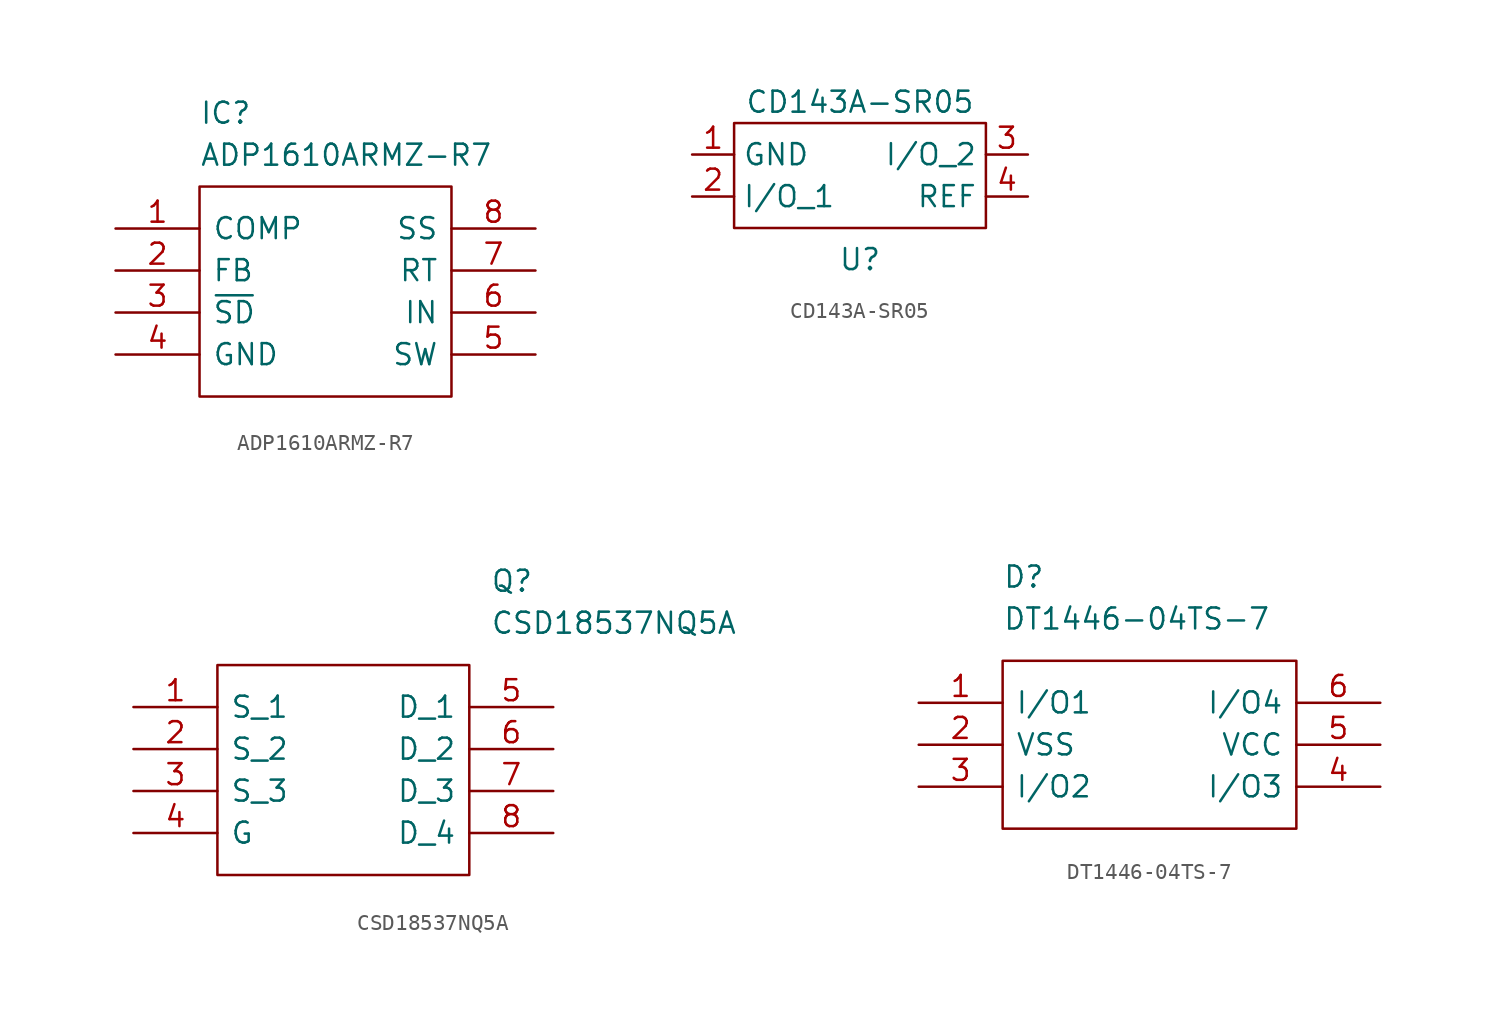
<source format=kicad_sym>
(kicad_symbol_lib
  (version 20211014)
  (generator kicad_symbol_editor)
  (symbol "ADP1610ARMZ-R7"
    (pin_names
      (offset 0.762))
    (property "Reference" "IC"
      (at 5.08 6.985 0)
      (effects (font (size 1.27 1.27)) (justify left)))
    (property "Value" "ADP1610ARMZ-R7"
      (at 5.08 4.445 0)
      (effects (font (size 1.27 1.27)) (justify left)))
    (symbol "ADP1610ARMZ-R7_0_0"
      (pin passive line (at 0 0 0) (length 5.08) (name "COMP" (effects (font (size 1.27 1.27)))) (number "1" (effects (font (size 1.27 1.27)))))
      (pin passive line (at 0 -2.54 0) (length 5.08) (name "FB" (effects (font (size 1.27 1.27)))) (number "2" (effects (font (size 1.27 1.27)))))
      (pin passive line (at 0 -5.08 0) (length 5.08) (name "~{SD}" (effects (font (size 1.27 1.27)))) (number "3" (effects (font (size 1.27 1.27)))))
      (pin passive line (at 0 -7.62 0) (length 5.08) (name "GND" (effects (font (size 1.27 1.27)))) (number "4" (effects (font (size 1.27 1.27)))))
      (pin passive line (at 25.4 -7.62 180) (length 5.08) (name "SW" (effects (font (size 1.27 1.27)))) (number "5" (effects (font (size 1.27 1.27)))))
      (pin passive line (at 25.4 -5.08 180) (length 5.08) (name "IN" (effects (font (size 1.27 1.27)))) (number "6" (effects (font (size 1.27 1.27)))))
      (pin passive line (at 25.4 -2.54 180) (length 5.08) (name "RT" (effects (font (size 1.27 1.27)))) (number "7" (effects (font (size 1.27 1.27)))))
      (pin passive line (at 25.4 0 180) (length 5.08) (name "SS" (effects (font (size 1.27 1.27)))) (number "8" (effects (font (size 1.27 1.27))))))
    (symbol "ADP1610ARMZ-R7_0_1"
      (polyline (pts (xy 5.08 2.54) (xy 20.32 2.54) (xy 20.32 -10.16) (xy 5.08 -10.16) (xy 5.08 2.54)) (stroke (width 0.152) (type default) (color 0 0 0 0)) (fill (type none)))))
  (symbol "CD143A-SR05"
    (property "Reference" "U"
      (at 0 -5.715 0)
      (effects (font (size 1.27 1.27))))
    (property "Value" "CD143A-SR05"
      (at 0 3.81 0)
      (effects (font (size 1.27 1.27))))
    (symbol "CD143A-SR05_0_0"
      (pin output line (at -10.16 0.635 0) (length 2.54) (name "GND" (effects (font (size 1.27 1.27)))) (number "1" (effects (font (size 1.27 1.27)))))
      (pin input line (at -10.16 -1.905 0) (length 2.54) (name "I/O_1" (effects (font (size 1.27 1.27)))) (number "2" (effects (font (size 1.27 1.27)))))
      (pin input line (at 10.16 0.635 180) (length 2.54) (name "I/O_2" (effects (font (size 1.27 1.27)))) (number "3" (effects (font (size 1.27 1.27)))))
      (pin input line (at 10.16 -1.905 180) (length 2.54) (name "REF" (effects (font (size 1.27 1.27)))) (number "4" (effects (font (size 1.27 1.27))))))
    (symbol "CD143A-SR05_0_1"
      (rectangle (start -7.62 2.54) (end 7.62 -3.81) (stroke (width 0) (type default) (color 0 0 0 0)) (fill (type none)))))
  (symbol "CSD18537NQ5A"
    (pin_names
      (offset 0.762))
    (property "Reference" "Q"
      (at 21.59 7.62 0)
      (effects (font (size 1.27 1.27)) (justify left)))
    (property "Value" "CSD18537NQ5A"
      (at 21.59 5.08 0)
      (effects (font (size 1.27 1.27)) (justify left)))
    (symbol "CSD18537NQ5A_0_0"
      (pin passive line (at 0 0 0) (length 5.08) (name "S_1" (effects (font (size 1.27 1.27)))) (number "1" (effects (font (size 1.27 1.27)))))
      (pin passive line (at 0 -2.54 0) (length 5.08) (name "S_2" (effects (font (size 1.27 1.27)))) (number "2" (effects (font (size 1.27 1.27)))))
      (pin passive line (at 0 -5.08 0) (length 5.08) (name "S_3" (effects (font (size 1.27 1.27)))) (number "3" (effects (font (size 1.27 1.27)))))
      (pin passive line (at 0 -7.62 0) (length 5.08) (name "G" (effects (font (size 1.27 1.27)))) (number "4" (effects (font (size 1.27 1.27)))))
      (pin passive line (at 25.4 0 180) (length 5.08) (name "D_1" (effects (font (size 1.27 1.27)))) (number "5" (effects (font (size 1.27 1.27)))))
      (pin passive line (at 25.4 -2.54 180) (length 5.08) (name "D_2" (effects (font (size 1.27 1.27)))) (number "6" (effects (font (size 1.27 1.27)))))
      (pin passive line (at 25.4 -5.08 180) (length 5.08) (name "D_3" (effects (font (size 1.27 1.27)))) (number "7" (effects (font (size 1.27 1.27)))))
      (pin passive line (at 25.4 -7.62 180) (length 5.08) (name "D_4" (effects (font (size 1.27 1.27)))) (number "8" (effects (font (size 1.27 1.27))))))
    (symbol "CSD18537NQ5A_0_1"
      (polyline (pts (xy 5.08 2.54) (xy 20.32 2.54) (xy 20.32 -10.16) (xy 5.08 -10.16) (xy 5.08 2.54)) (stroke (width 0.152) (type default) (color 0 0 0 0)) (fill (type none)))))
  (symbol "DT1446-04TS-7"
    (pin_names
      (offset 0.762))
    (property "Reference" "D"
      (at 5.08 7.62 0)
      (effects (font (size 1.27 1.27)) (justify left)))
    (property "Value" "DT1446-04TS-7"
      (at 5.08 5.08 0)
      (effects (font (size 1.27 1.27)) (justify left)))
    (symbol "DT1446-04TS-7_0_0"
      (pin passive line (at 0 0 0) (length 5.08) (name "I/O1" (effects (font (size 1.27 1.27)))) (number "1" (effects (font (size 1.27 1.27)))))
      (pin passive line (at 0 -2.54 0) (length 5.08) (name "VSS" (effects (font (size 1.27 1.27)))) (number "2" (effects (font (size 1.27 1.27)))))
      (pin passive line (at 0 -5.08 0) (length 5.08) (name "I/O2" (effects (font (size 1.27 1.27)))) (number "3" (effects (font (size 1.27 1.27)))))
      (pin passive line (at 27.94 -5.08 180) (length 5.08) (name "I/O3" (effects (font (size 1.27 1.27)))) (number "4" (effects (font (size 1.27 1.27)))))
      (pin passive line (at 27.94 -2.54 180) (length 5.08) (name "VCC" (effects (font (size 1.27 1.27)))) (number "5" (effects (font (size 1.27 1.27)))))
      (pin passive line (at 27.94 0 180) (length 5.08) (name "I/O4" (effects (font (size 1.27 1.27)))) (number "6" (effects (font (size 1.27 1.27))))))
    (symbol "DT1446-04TS-7_0_1"
      (polyline (pts (xy 5.08 2.54) (xy 22.86 2.54) (xy 22.86 -7.62) (xy 5.08 -7.62) (xy 5.08 2.54)) (stroke (width 0.152) (type default) (color 0 0 0 0)) (fill (type none))))))
</source>
